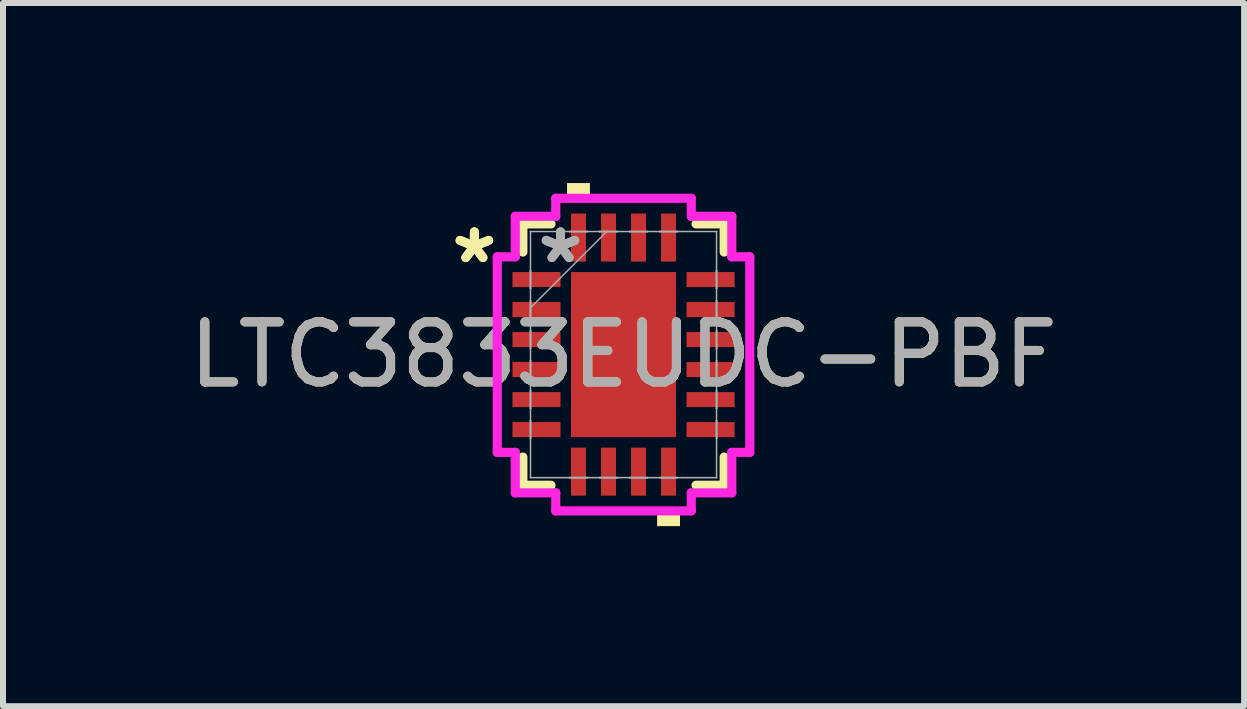
<source format=kicad_pcb>
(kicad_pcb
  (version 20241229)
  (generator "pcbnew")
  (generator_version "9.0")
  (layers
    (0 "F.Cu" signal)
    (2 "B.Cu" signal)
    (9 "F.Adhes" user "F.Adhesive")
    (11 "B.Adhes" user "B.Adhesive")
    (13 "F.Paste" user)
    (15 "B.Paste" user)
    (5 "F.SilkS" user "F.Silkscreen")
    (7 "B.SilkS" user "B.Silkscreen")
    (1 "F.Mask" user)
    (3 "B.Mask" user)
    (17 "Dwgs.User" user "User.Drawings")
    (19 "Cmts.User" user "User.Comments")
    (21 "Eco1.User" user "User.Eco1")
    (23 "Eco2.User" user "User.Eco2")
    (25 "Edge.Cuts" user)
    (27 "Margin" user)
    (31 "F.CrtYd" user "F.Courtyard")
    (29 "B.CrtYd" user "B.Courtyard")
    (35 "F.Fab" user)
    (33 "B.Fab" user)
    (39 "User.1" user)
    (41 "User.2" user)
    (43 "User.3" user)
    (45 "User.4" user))
  (footprint "LTC3833EUDC-PBF"
    (layer "F.Cu")
    (at 7.339 2.858)
    (property "Reference" "LTC3833EUDC-PBF" (at 0 0 0) (unlocked yes) (layer "F.SilkS") (effects (font (size 1 1) (thickness 0.15))))
    (attr smd)
    (fp_line (start -1.677 -2.177) (end -1.677 -1.708) (stroke (width 0.152) (type solid)) (layer "F.SilkS"))
    (fp_line (start -1.677 1.708) (end -1.677 2.177) (stroke (width 0.152) (type solid)) (layer "F.SilkS"))
    (fp_line (start -1.677 2.177) (end -1.208 2.177) (stroke (width 0.152) (type solid)) (layer "F.SilkS"))
    (fp_line (start -1.208 -2.177) (end -1.677 -2.177) (stroke (width 0.152) (type solid)) (layer "F.SilkS"))
    (fp_line (start 1.208 2.177) (end 1.677 2.177) (stroke (width 0.152) (type solid)) (layer "F.SilkS"))
    (fp_line (start 1.677 -2.177) (end 1.208 -2.177) (stroke (width 0.152) (type solid)) (layer "F.SilkS"))
    (fp_line (start 1.677 -1.708) (end 1.677 -2.177) (stroke (width 0.152) (type solid)) (layer "F.SilkS"))
    (fp_line (start 1.677 2.177) (end 1.677 1.708) (stroke (width 0.152) (type solid)) (layer "F.SilkS"))
    (fp_poly (pts (xy -0.941 -2.604) (xy -0.941 -2.858) (xy -0.56 -2.858) (xy -0.56 -2.604)) (stroke (width 0) (type solid)) (fill yes) (layer "F.SilkS"))
    (fp_poly (pts (xy 0.56 2.604) (xy 0.56 2.858) (xy 0.941 2.858) (xy 0.941 2.604)) (stroke (width 0) (type solid)) (fill yes) (layer "F.SilkS"))
    (fp_poly (pts (xy -0.775 -1.275) (xy -0.775 -0.1) (xy 0.775 -0.1) (xy 0.775 -1.275)) (stroke (width 0) (type solid)) (fill yes) (layer "F.Paste"))
    (fp_poly (pts (xy -0.775 0.1) (xy -0.775 1.275) (xy 0.775 1.275) (xy 0.775 0.1)) (stroke (width 0) (type solid)) (fill yes) (layer "F.Paste"))
    (fp_line (start -2.104 -1.629) (end -1.804 -1.629) (stroke (width 0.152) (type solid)) (layer "F.CrtYd"))
    (fp_line (start -2.104 1.629) (end -2.104 -1.629) (stroke (width 0.152) (type solid)) (layer "F.CrtYd"))
    (fp_line (start -1.804 -2.304) (end -1.129 -2.304) (stroke (width 0.152) (type solid)) (layer "F.CrtYd"))
    (fp_line (start -1.804 -1.629) (end -1.804 -2.304) (stroke (width 0.152) (type solid)) (layer "F.CrtYd"))
    (fp_line (start -1.804 1.629) (end -2.104 1.629) (stroke (width 0.152) (type solid)) (layer "F.CrtYd"))
    (fp_line (start -1.804 2.304) (end -1.804 1.629) (stroke (width 0.152) (type solid)) (layer "F.CrtYd"))
    (fp_line (start -1.129 -2.604) (end 1.129 -2.604) (stroke (width 0.152) (type solid)) (layer "F.CrtYd"))
    (fp_line (start -1.129 -2.304) (end -1.129 -2.604) (stroke (width 0.152) (type solid)) (layer "F.CrtYd"))
    (fp_line (start -1.129 2.304) (end -1.804 2.304) (stroke (width 0.152) (type solid)) (layer "F.CrtYd"))
    (fp_line (start -1.129 2.604) (end -1.129 2.304) (stroke (width 0.152) (type solid)) (layer "F.CrtYd"))
    (fp_line (start 1.129 -2.604) (end 1.129 -2.304) (stroke (width 0.152) (type solid)) (layer "F.CrtYd"))
    (fp_line (start 1.129 -2.304) (end 1.804 -2.304) (stroke (width 0.152) (type solid)) (layer "F.CrtYd"))
    (fp_line (start 1.129 2.304) (end 1.129 2.604) (stroke (width 0.152) (type solid)) (layer "F.CrtYd"))
    (fp_line (start 1.129 2.604) (end -1.129 2.604) (stroke (width 0.152) (type solid)) (layer "F.CrtYd"))
    (fp_line (start 1.804 -2.304) (end 1.804 -1.629) (stroke (width 0.152) (type solid)) (layer "F.CrtYd"))
    (fp_line (start 1.804 -1.629) (end 2.104 -1.629) (stroke (width 0.152) (type solid)) (layer "F.CrtYd"))
    (fp_line (start 1.804 1.629) (end 1.804 2.304) (stroke (width 0.152) (type solid)) (layer "F.CrtYd"))
    (fp_line (start 1.804 2.304) (end 1.129 2.304) (stroke (width 0.152) (type solid)) (layer "F.CrtYd"))
    (fp_line (start 2.104 -1.629) (end 2.104 1.629) (stroke (width 0.152) (type solid)) (layer "F.CrtYd"))
    (fp_line (start 2.104 1.629) (end 1.804 1.629) (stroke (width 0.152) (type solid)) (layer "F.CrtYd"))
    (fp_line (start -1.55 -2.05) (end -1.55 -2.05) (stroke (width 0.025) (type solid)) (layer "F.Fab"))
    (fp_line (start -1.55 -2.05) (end -1.55 2.05) (stroke (width 0.025) (type solid)) (layer "F.Fab"))
    (fp_line (start -1.55 -1.4) (end -1.55 -1.4) (stroke (width 0.025) (type solid)) (layer "F.Fab"))
    (fp_line (start -1.55 -1.4) (end -1.55 -1.1) (stroke (width 0.025) (type solid)) (layer "F.Fab"))
    (fp_line (start -1.55 -1.1) (end -1.55 -1.4) (stroke (width 0.025) (type solid)) (layer "F.Fab"))
    (fp_line (start -1.55 -1.1) (end -1.55 -1.1) (stroke (width 0.025) (type solid)) (layer "F.Fab"))
    (fp_line (start -1.55 -0.9) (end -1.55 -0.9) (stroke (width 0.025) (type solid)) (layer "F.Fab"))
    (fp_line (start -1.55 -0.9) (end -1.55 -0.6) (stroke (width 0.025) (type solid)) (layer "F.Fab"))
    (fp_line (start -1.55 -0.78) (end -0.28 -2.05) (stroke (width 0.025) (type solid)) (layer "F.Fab"))
    (fp_line (start -1.55 -0.6) (end -1.55 -0.9) (stroke (width 0.025) (type solid)) (layer "F.Fab"))
    (fp_line (start -1.55 -0.6) (end -1.55 -0.6) (stroke (width 0.025) (type solid)) (layer "F.Fab"))
    (fp_line (start -1.55 -0.4) (end -1.55 -0.4) (stroke (width 0.025) (type solid)) (layer "F.Fab"))
    (fp_line (start -1.55 -0.4) (end -1.55 -0.1) (stroke (width 0.025) (type solid)) (layer "F.Fab"))
    (fp_line (start -1.55 -0.1) (end -1.55 -0.4) (stroke (width 0.025) (type solid)) (layer "F.Fab"))
    (fp_line (start -1.55 -0.1) (end -1.55 -0.1) (stroke (width 0.025) (type solid)) (layer "F.Fab"))
    (fp_line (start -1.55 0.1) (end -1.55 0.1) (stroke (width 0.025) (type solid)) (layer "F.Fab"))
    (fp_line (start -1.55 0.1) (end -1.55 0.4) (stroke (width 0.025) (type solid)) (layer "F.Fab"))
    (fp_line (start -1.55 0.4) (end -1.55 0.1) (stroke (width 0.025) (type solid)) (layer "F.Fab"))
    (fp_line (start -1.55 0.4) (end -1.55 0.4) (stroke (width 0.025) (type solid)) (layer "F.Fab"))
    (fp_line (start -1.55 0.6) (end -1.55 0.6) (stroke (width 0.025) (type solid)) (layer "F.Fab"))
    (fp_line (start -1.55 0.6) (end -1.55 0.9) (stroke (width 0.025) (type solid)) (layer "F.Fab"))
    (fp_line (start -1.55 0.9) (end -1.55 0.6) (stroke (width 0.025) (type solid)) (layer "F.Fab"))
    (fp_line (start -1.55 0.9) (end -1.55 0.9) (stroke (width 0.025) (type solid)) (layer "F.Fab"))
    (fp_line (start -1.55 1.1) (end -1.55 1.1) (stroke (width 0.025) (type solid)) (layer "F.Fab"))
    (fp_line (start -1.55 1.1) (end -1.55 1.4) (stroke (width 0.025) (type solid)) (layer "F.Fab"))
    (fp_line (start -1.55 1.4) (end -1.55 1.1) (stroke (width 0.025) (type solid)) (layer "F.Fab"))
    (fp_line (start -1.55 1.4) (end -1.55 1.4) (stroke (width 0.025) (type solid)) (layer "F.Fab"))
    (fp_line (start -1.55 2.05) (end -1.55 2.05) (stroke (width 0.025) (type solid)) (layer "F.Fab"))
    (fp_line (start -1.55 2.05) (end 1.55 2.05) (stroke (width 0.025) (type solid)) (layer "F.Fab"))
    (fp_line (start -0.9 -2.05) (end -0.9 -2.05) (stroke (width 0.025) (type solid)) (layer "F.Fab"))
    (fp_line (start -0.9 -2.05) (end -0.6 -2.05) (stroke (width 0.025) (type solid)) (layer "F.Fab"))
    (fp_line (start -0.9 2.05) (end -0.9 2.05) (stroke (width 0.025) (type solid)) (layer "F.Fab"))
    (fp_line (start -0.9 2.05) (end -0.6 2.05) (stroke (width 0.025) (type solid)) (layer "F.Fab"))
    (fp_line (start -0.6 -2.05) (end -0.9 -2.05) (stroke (width 0.025) (type solid)) (layer "F.Fab"))
    (fp_line (start -0.6 -2.05) (end -0.6 -2.05) (stroke (width 0.025) (type solid)) (layer "F.Fab"))
    (fp_line (start -0.6 2.05) (end -0.9 2.05) (stroke (width 0.025) (type solid)) (layer "F.Fab"))
    (fp_line (start -0.6 2.05) (end -0.6 2.05) (stroke (width 0.025) (type solid)) (layer "F.Fab"))
    (fp_line (start -0.4 -2.05) (end -0.4 -2.05) (stroke (width 0.025) (type solid)) (layer "F.Fab"))
    (fp_line (start -0.4 -2.05) (end -0.1 -2.05) (stroke (width 0.025) (type solid)) (layer "F.Fab"))
    (fp_line (start -0.4 2.05) (end -0.4 2.05) (stroke (width 0.025) (type solid)) (layer "F.Fab"))
    (fp_line (start -0.4 2.05) (end -0.1 2.05) (stroke (width 0.025) (type solid)) (layer "F.Fab"))
    (fp_line (start -0.1 -2.05) (end -0.4 -2.05) (stroke (width 0.025) (type solid)) (layer "F.Fab"))
    (fp_line (start -0.1 -2.05) (end -0.1 -2.05) (stroke (width 0.025) (type solid)) (layer "F.Fab"))
    (fp_line (start -0.1 2.05) (end -0.4 2.05) (stroke (width 0.025) (type solid)) (layer "F.Fab"))
    (fp_line (start -0.1 2.05) (end -0.1 2.05) (stroke (width 0.025) (type solid)) (layer "F.Fab"))
    (fp_line (start 0.1 -2.05) (end 0.1 -2.05) (stroke (width 0.025) (type solid)) (layer "F.Fab"))
    (fp_line (start 0.1 -2.05) (end 0.4 -2.05) (stroke (width 0.025) (type solid)) (layer "F.Fab"))
    (fp_line (start 0.1 2.05) (end 0.1 2.05) (stroke (width 0.025) (type solid)) (layer "F.Fab"))
    (fp_line (start 0.1 2.05) (end 0.4 2.05) (stroke (width 0.025) (type solid)) (layer "F.Fab"))
    (fp_line (start 0.4 -2.05) (end 0.1 -2.05) (stroke (width 0.025) (type solid)) (layer "F.Fab"))
    (fp_line (start 0.4 -2.05) (end 0.4 -2.05) (stroke (width 0.025) (type solid)) (layer "F.Fab"))
    (fp_line (start 0.4 2.05) (end 0.1 2.05) (stroke (width 0.025) (type solid)) (layer "F.Fab"))
    (fp_line (start 0.4 2.05) (end 0.4 2.05) (stroke (width 0.025) (type solid)) (layer "F.Fab"))
    (fp_line (start 0.6 -2.05) (end 0.6 -2.05) (stroke (width 0.025) (type solid)) (layer "F.Fab"))
    (fp_line (start 0.6 -2.05) (end 0.9 -2.05) (stroke (width 0.025) (type solid)) (layer "F.Fab"))
    (fp_line (start 0.6 2.05) (end 0.6 2.05) (stroke (width 0.025) (type solid)) (layer "F.Fab"))
    (fp_line (start 0.6 2.05) (end 0.9 2.05) (stroke (width 0.025) (type solid)) (layer "F.Fab"))
    (fp_line (start 0.9 -2.05) (end 0.6 -2.05) (stroke (width 0.025) (type solid)) (layer "F.Fab"))
    (fp_line (start 0.9 -2.05) (end 0.9 -2.05) (stroke (width 0.025) (type solid)) (layer "F.Fab"))
    (fp_line (start 0.9 2.05) (end 0.6 2.05) (stroke (width 0.025) (type solid)) (layer "F.Fab"))
    (fp_line (start 0.9 2.05) (end 0.9 2.05) (stroke (width 0.025) (type solid)) (layer "F.Fab"))
    (fp_line (start 1.55 -2.05) (end -1.55 -2.05) (stroke (width 0.025) (type solid)) (layer "F.Fab"))
    (fp_line (start 1.55 -2.05) (end 1.55 -2.05) (stroke (width 0.025) (type solid)) (layer "F.Fab"))
    (fp_line (start 1.55 -1.4) (end 1.55 -1.4) (stroke (width 0.025) (type solid)) (layer "F.Fab"))
    (fp_line (start 1.55 -1.4) (end 1.55 -1.1) (stroke (width 0.025) (type solid)) (layer "F.Fab"))
    (fp_line (start 1.55 -1.1) (end 1.55 -1.4) (stroke (width 0.025) (type solid)) (layer "F.Fab"))
    (fp_line (start 1.55 -1.1) (end 1.55 -1.1) (stroke (width 0.025) (type solid)) (layer "F.Fab"))
    (fp_line (start 1.55 -0.9) (end 1.55 -0.9) (stroke (width 0.025) (type solid)) (layer "F.Fab"))
    (fp_line (start 1.55 -0.9) (end 1.55 -0.6) (stroke (width 0.025) (type solid)) (layer "F.Fab"))
    (fp_line (start 1.55 -0.6) (end 1.55 -0.9) (stroke (width 0.025) (type solid)) (layer "F.Fab"))
    (fp_line (start 1.55 -0.6) (end 1.55 -0.6) (stroke (width 0.025) (type solid)) (layer "F.Fab"))
    (fp_line (start 1.55 -0.4) (end 1.55 -0.4) (stroke (width 0.025) (type solid)) (layer "F.Fab"))
    (fp_line (start 1.55 -0.4) (end 1.55 -0.1) (stroke (width 0.025) (type solid)) (layer "F.Fab"))
    (fp_line (start 1.55 -0.1) (end 1.55 -0.4) (stroke (width 0.025) (type solid)) (layer "F.Fab"))
    (fp_line (start 1.55 -0.1) (end 1.55 -0.1) (stroke (width 0.025) (type solid)) (layer "F.Fab"))
    (fp_line (start 1.55 0.1) (end 1.55 0.1) (stroke (width 0.025) (type solid)) (layer "F.Fab"))
    (fp_line (start 1.55 0.1) (end 1.55 0.4) (stroke (width 0.025) (type solid)) (layer "F.Fab"))
    (fp_line (start 1.55 0.4) (end 1.55 0.1) (stroke (width 0.025) (type solid)) (layer "F.Fab"))
    (fp_line (start 1.55 0.4) (end 1.55 0.4) (stroke (width 0.025) (type solid)) (layer "F.Fab"))
    (fp_line (start 1.55 0.6) (end 1.55 0.6) (stroke (width 0.025) (type solid)) (layer "F.Fab"))
    (fp_line (start 1.55 0.6) (end 1.55 0.9) (stroke (width 0.025) (type solid)) (layer "F.Fab"))
    (fp_line (start 1.55 0.9) (end 1.55 0.6) (stroke (width 0.025) (type solid)) (layer "F.Fab"))
    (fp_line (start 1.55 0.9) (end 1.55 0.9) (stroke (width 0.025) (type solid)) (layer "F.Fab"))
    (fp_line (start 1.55 1.1) (end 1.55 1.1) (stroke (width 0.025) (type solid)) (layer "F.Fab"))
    (fp_line (start 1.55 1.1) (end 1.55 1.4) (stroke (width 0.025) (type solid)) (layer "F.Fab"))
    (fp_line (start 1.55 1.4) (end 1.55 1.1) (stroke (width 0.025) (type solid)) (layer "F.Fab"))
    (fp_line (start 1.55 1.4) (end 1.55 1.4) (stroke (width 0.025) (type solid)) (layer "F.Fab"))
    (fp_line (start 1.55 2.05) (end 1.55 -2.05) (stroke (width 0.025) (type solid)) (layer "F.Fab"))
    (fp_line (start 1.55 2.05) (end 1.55 2.05) (stroke (width 0.025) (type solid)) (layer "F.Fab"))
    (fp_text user "*" (at -2.485 -1.5 0) (unlocked yes) (layer "F.SilkS") (effects (font (size 1 1) (thickness 0.15))))
    (fp_text user "*" (at -2.485 -1.5 0) (layer "F.SilkS") (effects (font (size 1 1) (thickness 0.15))))
    (fp_text user "${REFERENCE}" (at 0 0 0) (unlocked yes) (layer "F.Fab") (effects (font (size 1 1) (thickness 0.15))))
    (fp_text user "*" (at -1.05 -1.5 0) (unlocked yes) (layer "F.Fab") (effects (font (size 1 1) (thickness 0.15))))
    (fp_text user "*" (at -1.05 -1.5 0) (layer "F.Fab") (effects (font (size 1 1) (thickness 0.15))))
    (pad "1" smd rect (at -1.45 -1.25 90) (size 0.25 0.8) (layers "F.Cu" "F.Mask" "F.Paste"))
    (pad "2" smd rect (at -1.45 -0.75 90) (size 0.25 0.8) (layers "F.Cu" "F.Mask" "F.Paste"))
    (pad "3" smd rect (at -1.45 -0.25 90) (size 0.25 0.8) (layers "F.Cu" "F.Mask" "F.Paste"))
    (pad "4" smd rect (at -1.45 0.25 90) (size 0.25 0.8) (layers "F.Cu" "F.Mask" "F.Paste"))
    (pad "5" smd rect (at -1.45 0.75 90) (size 0.25 0.8) (layers "F.Cu" "F.Mask" "F.Paste"))
    (pad "6" smd rect (at -1.45 1.25 90) (size 0.25 0.8) (layers "F.Cu" "F.Mask" "F.Paste"))
    (pad "7" smd rect (at -0.75 1.95) (size 0.25 0.8) (layers "F.Cu" "F.Mask" "F.Paste"))
    (pad "8" smd rect (at -0.25 1.95) (size 0.25 0.8) (layers "F.Cu" "F.Mask" "F.Paste"))
    (pad "9" smd rect (at 0.25 1.95) (size 0.25 0.8) (layers "F.Cu" "F.Mask" "F.Paste"))
    (pad "10" smd rect (at 0.75 1.95) (size 0.25 0.8) (layers "F.Cu" "F.Mask" "F.Paste"))
    (pad "11" smd rect (at 1.45 1.25 90) (size 0.25 0.8) (layers "F.Cu" "F.Mask" "F.Paste"))
    (pad "12" smd rect (at 1.45 0.75 90) (size 0.25 0.8) (layers "F.Cu" "F.Mask" "F.Paste"))
    (pad "13" smd rect (at 1.45 0.25 90) (size 0.25 0.8) (layers "F.Cu" "F.Mask" "F.Paste"))
    (pad "14" smd rect (at 1.45 -0.25 90) (size 0.25 0.8) (layers "F.Cu" "F.Mask" "F.Paste"))
    (pad "15" smd rect (at 1.45 -0.75 90) (size 0.25 0.8) (layers "F.Cu" "F.Mask" "F.Paste"))
    (pad "16" smd rect (at 1.45 -1.25 90) (size 0.25 0.8) (layers "F.Cu" "F.Mask" "F.Paste"))
    (pad "17" smd rect (at 0.75 -1.95) (size 0.25 0.8) (layers "F.Cu" "F.Mask" "F.Paste"))
    (pad "18" smd rect (at 0.25 -1.95) (size 0.25 0.8) (layers "F.Cu" "F.Mask" "F.Paste"))
    (pad "19" smd rect (at -0.25 -1.95) (size 0.25 0.8) (layers "F.Cu" "F.Mask" "F.Paste"))
    (pad "20" smd rect (at -0.75 -1.95) (size 0.25 0.8) (layers "F.Cu" "F.Mask" "F.Paste"))
    (pad "21" smd rect (at 0 0) (size 1.75 2.75) (layers "F.Cu" "F.Mask")))
  (gr_rect
    (start -3 -3)
    (end 17.679 8.716)
    (stroke (width 0.1) (type default))
    (fill no)
    (layer "Edge.Cuts")))
</source>
